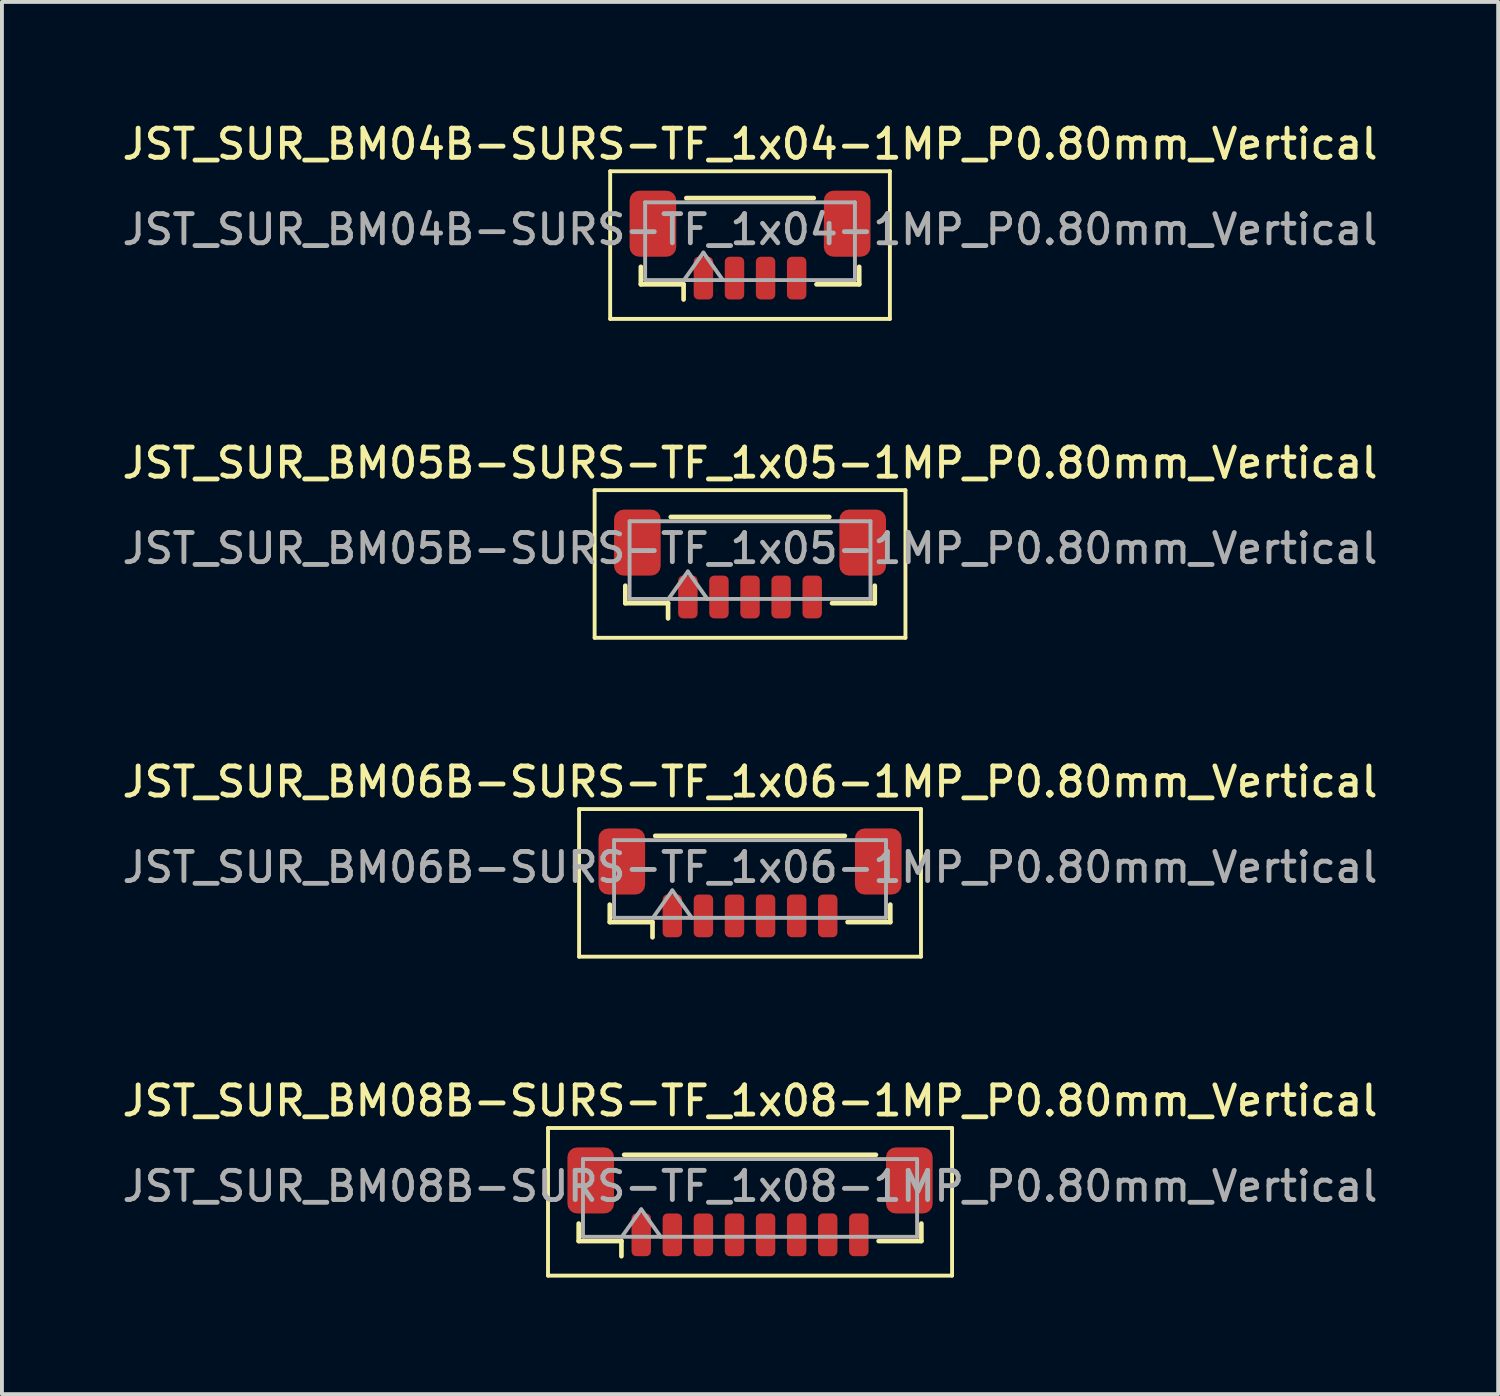
<source format=kicad_pcb>
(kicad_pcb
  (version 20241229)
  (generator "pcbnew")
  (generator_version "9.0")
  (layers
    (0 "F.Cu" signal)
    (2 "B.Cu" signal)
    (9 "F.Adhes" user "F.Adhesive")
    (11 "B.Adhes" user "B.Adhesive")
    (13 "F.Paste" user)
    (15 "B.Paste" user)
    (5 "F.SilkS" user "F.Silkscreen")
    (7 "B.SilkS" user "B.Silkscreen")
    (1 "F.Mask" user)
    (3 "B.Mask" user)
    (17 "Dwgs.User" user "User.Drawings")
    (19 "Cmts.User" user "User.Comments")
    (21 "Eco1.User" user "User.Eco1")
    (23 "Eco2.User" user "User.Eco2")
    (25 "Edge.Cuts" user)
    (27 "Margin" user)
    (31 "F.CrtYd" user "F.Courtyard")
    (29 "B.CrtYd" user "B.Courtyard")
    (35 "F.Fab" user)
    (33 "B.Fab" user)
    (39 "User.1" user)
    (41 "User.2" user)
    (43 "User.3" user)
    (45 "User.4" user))
  (footprint "JST_SUR_BM08B-SURS-TF_1x08-1MP_P0.80mm_Vertical"
    (layer "F.Cu")
    (at 16.255 27.883)
    (property "Reference" "JST_SUR_BM08B-SURS-TF_1x08-1MP_P0.80mm_Vertical" (at 0 -2.6 0) (layer "F.SilkS") (effects (font (size 0.75 0.75) (thickness 0.125))))
    (attr smd)
    (fp_line (start -5.2 -1.9) (end -5.2 1.9) (stroke (width 0.1) (type solid)) (layer "F.SilkS"))
    (fp_line (start -5.2 1.9) (end 5.2 1.9) (stroke (width 0.1) (type solid)) (layer "F.SilkS"))
    (fp_line (start -4.41 0.56) (end -4.41 1.01) (stroke (width 0.12) (type solid)) (layer "F.SilkS"))
    (fp_line (start -4.41 1.01) (end -3.31 1.01) (stroke (width 0.12) (type solid)) (layer "F.SilkS"))
    (fp_line (start -3.31 1.01) (end -3.31 1.4) (stroke (width 0.12) (type solid)) (layer "F.SilkS"))
    (fp_line (start -3.24 -1.21) (end 3.24 -1.21) (stroke (width 0.12) (type solid)) (layer "F.SilkS"))
    (fp_line (start 4.41 0.56) (end 4.41 1.01) (stroke (width 0.12) (type solid)) (layer "F.SilkS"))
    (fp_line (start 4.41 1.01) (end 3.31 1.01) (stroke (width 0.12) (type solid)) (layer "F.SilkS"))
    (fp_line (start 5.2 -1.9) (end -5.2 -1.9) (stroke (width 0.1) (type solid)) (layer "F.SilkS"))
    (fp_line (start 5.2 1.9) (end 5.2 -1.9) (stroke (width 0.1) (type solid)) (layer "F.SilkS"))
    (fp_line (start -4.3 -1.1) (end 4.3 -1.1) (stroke (width 0.1) (type solid)) (layer "F.Fab"))
    (fp_line (start -4.3 0.9) (end -4.3 -1.1) (stroke (width 0.1) (type solid)) (layer "F.Fab"))
    (fp_line (start -4.3 0.9) (end 4.3 0.9) (stroke (width 0.1) (type solid)) (layer "F.Fab"))
    (fp_line (start -3.3 0.9) (end -2.8 0.193) (stroke (width 0.1) (type solid)) (layer "F.Fab"))
    (fp_line (start -2.8 0.193) (end -2.3 0.9) (stroke (width 0.1) (type solid)) (layer "F.Fab"))
    (fp_line (start 4.3 0.9) (end 4.3 -1.1) (stroke (width 0.1) (type solid)) (layer "F.Fab"))
    (fp_text user "${REFERENCE}" (at 0 -0.4 0) (layer "F.Fab") (effects (font (size 0.75 0.75) (thickness 0.125))))
    (pad "1" smd roundrect (at -2.8 0.85) (size 0.5 1.1) (layers "F.Cu" "F.Mask" "F.Paste") (roundrect_rratio 0.25))
    (pad "2" smd roundrect (at -2 0.85) (size 0.5 1.1) (layers "F.Cu" "F.Mask" "F.Paste") (roundrect_rratio 0.25))
    (pad "3" smd roundrect (at -1.2 0.85) (size 0.5 1.1) (layers "F.Cu" "F.Mask" "F.Paste") (roundrect_rratio 0.25))
    (pad "4" smd roundrect (at -0.4 0.85) (size 0.5 1.1) (layers "F.Cu" "F.Mask" "F.Paste") (roundrect_rratio 0.25))
    (pad "5" smd roundrect (at 0.4 0.85) (size 0.5 1.1) (layers "F.Cu" "F.Mask" "F.Paste") (roundrect_rratio 0.25))
    (pad "6" smd roundrect (at 1.2 0.85) (size 0.5 1.1) (layers "F.Cu" "F.Mask" "F.Paste") (roundrect_rratio 0.25))
    (pad "7" smd roundrect (at 2 0.85) (size 0.5 1.1) (layers "F.Cu" "F.Mask" "F.Paste") (roundrect_rratio 0.25))
    (pad "8" smd roundrect (at 2.8 0.85) (size 0.5 1.1) (layers "F.Cu" "F.Mask" "F.Paste") (roundrect_rratio 0.25))
    (pad "MP" smd roundrect (at -4.1 -0.55) (size 1.2 1.7) (layers "F.Cu" "F.Mask" "F.Paste") (roundrect_rratio 0.208))
    (pad "MP" smd roundrect (at 4.1 -0.55) (size 1.2 1.7) (layers "F.Cu" "F.Mask" "F.Paste") (roundrect_rratio 0.208)))
  (footprint "JST_SUR_BM06B-SURS-TF_1x06-1MP_P0.80mm_Vertical"
    (layer "F.Cu")
    (at 16.255 19.674)
    (property "Reference" "JST_SUR_BM06B-SURS-TF_1x06-1MP_P0.80mm_Vertical" (at 0 -2.6 0) (layer "F.SilkS") (effects (font (size 0.75 0.75) (thickness 0.125))))
    (attr smd)
    (fp_line (start -4.4 -1.9) (end -4.4 1.9) (stroke (width 0.1) (type solid)) (layer "F.SilkS"))
    (fp_line (start -4.4 1.9) (end 4.4 1.9) (stroke (width 0.1) (type solid)) (layer "F.SilkS"))
    (fp_line (start -3.61 0.56) (end -3.61 1.01) (stroke (width 0.12) (type solid)) (layer "F.SilkS"))
    (fp_line (start -3.61 1.01) (end -2.51 1.01) (stroke (width 0.12) (type solid)) (layer "F.SilkS"))
    (fp_line (start -2.51 1.01) (end -2.51 1.4) (stroke (width 0.12) (type solid)) (layer "F.SilkS"))
    (fp_line (start -2.44 -1.21) (end 2.44 -1.21) (stroke (width 0.12) (type solid)) (layer "F.SilkS"))
    (fp_line (start 3.61 0.56) (end 3.61 1.01) (stroke (width 0.12) (type solid)) (layer "F.SilkS"))
    (fp_line (start 3.61 1.01) (end 2.51 1.01) (stroke (width 0.12) (type solid)) (layer "F.SilkS"))
    (fp_line (start 4.4 -1.9) (end -4.4 -1.9) (stroke (width 0.1) (type solid)) (layer "F.SilkS"))
    (fp_line (start 4.4 1.9) (end 4.4 -1.9) (stroke (width 0.1) (type solid)) (layer "F.SilkS"))
    (fp_line (start -3.5 -1.1) (end 3.5 -1.1) (stroke (width 0.1) (type solid)) (layer "F.Fab"))
    (fp_line (start -3.5 0.9) (end -3.5 -1.1) (stroke (width 0.1) (type solid)) (layer "F.Fab"))
    (fp_line (start -3.5 0.9) (end 3.5 0.9) (stroke (width 0.1) (type solid)) (layer "F.Fab"))
    (fp_line (start -2.5 0.9) (end -2 0.193) (stroke (width 0.1) (type solid)) (layer "F.Fab"))
    (fp_line (start -2 0.193) (end -1.5 0.9) (stroke (width 0.1) (type solid)) (layer "F.Fab"))
    (fp_line (start 3.5 0.9) (end 3.5 -1.1) (stroke (width 0.1) (type solid)) (layer "F.Fab"))
    (fp_text user "${REFERENCE}" (at 0 -0.4 0) (layer "F.Fab") (effects (font (size 0.75 0.75) (thickness 0.125))))
    (pad "1" smd roundrect (at -2 0.85) (size 0.5 1.1) (layers "F.Cu" "F.Mask" "F.Paste") (roundrect_rratio 0.25))
    (pad "2" smd roundrect (at -1.2 0.85) (size 0.5 1.1) (layers "F.Cu" "F.Mask" "F.Paste") (roundrect_rratio 0.25))
    (pad "3" smd roundrect (at -0.4 0.85) (size 0.5 1.1) (layers "F.Cu" "F.Mask" "F.Paste") (roundrect_rratio 0.25))
    (pad "4" smd roundrect (at 0.4 0.85) (size 0.5 1.1) (layers "F.Cu" "F.Mask" "F.Paste") (roundrect_rratio 0.25))
    (pad "5" smd roundrect (at 1.2 0.85) (size 0.5 1.1) (layers "F.Cu" "F.Mask" "F.Paste") (roundrect_rratio 0.25))
    (pad "6" smd roundrect (at 2 0.85) (size 0.5 1.1) (layers "F.Cu" "F.Mask" "F.Paste") (roundrect_rratio 0.25))
    (pad "MP" smd roundrect (at -3.3 -0.55) (size 1.2 1.7) (layers "F.Cu" "F.Mask" "F.Paste") (roundrect_rratio 0.208))
    (pad "MP" smd roundrect (at 3.3 -0.55) (size 1.2 1.7) (layers "F.Cu" "F.Mask" "F.Paste") (roundrect_rratio 0.208)))
  (footprint "JST_SUR_BM05B-SURS-TF_1x05-1MP_P0.80mm_Vertical"
    (layer "F.Cu")
    (at 16.255 11.466)
    (property "Reference" "JST_SUR_BM05B-SURS-TF_1x05-1MP_P0.80mm_Vertical" (at 0 -2.6 0) (layer "F.SilkS") (effects (font (size 0.75 0.75) (thickness 0.125))))
    (attr smd)
    (fp_line (start -4 -1.9) (end -4 1.9) (stroke (width 0.1) (type solid)) (layer "F.SilkS"))
    (fp_line (start -4 1.9) (end 4 1.9) (stroke (width 0.1) (type solid)) (layer "F.SilkS"))
    (fp_line (start -3.21 0.56) (end -3.21 1.01) (stroke (width 0.12) (type solid)) (layer "F.SilkS"))
    (fp_line (start -3.21 1.01) (end -2.11 1.01) (stroke (width 0.12) (type solid)) (layer "F.SilkS"))
    (fp_line (start -2.11 1.01) (end -2.11 1.4) (stroke (width 0.12) (type solid)) (layer "F.SilkS"))
    (fp_line (start -2.04 -1.21) (end 2.04 -1.21) (stroke (width 0.12) (type solid)) (layer "F.SilkS"))
    (fp_line (start 3.21 0.56) (end 3.21 1.01) (stroke (width 0.12) (type solid)) (layer "F.SilkS"))
    (fp_line (start 3.21 1.01) (end 2.11 1.01) (stroke (width 0.12) (type solid)) (layer "F.SilkS"))
    (fp_line (start 4 -1.9) (end -4 -1.9) (stroke (width 0.1) (type solid)) (layer "F.SilkS"))
    (fp_line (start 4 1.9) (end 4 -1.9) (stroke (width 0.1) (type solid)) (layer "F.SilkS"))
    (fp_line (start -3.1 -1.1) (end 3.1 -1.1) (stroke (width 0.1) (type solid)) (layer "F.Fab"))
    (fp_line (start -3.1 0.9) (end -3.1 -1.1) (stroke (width 0.1) (type solid)) (layer "F.Fab"))
    (fp_line (start -3.1 0.9) (end 3.1 0.9) (stroke (width 0.1) (type solid)) (layer "F.Fab"))
    (fp_line (start -2.1 0.9) (end -1.6 0.193) (stroke (width 0.1) (type solid)) (layer "F.Fab"))
    (fp_line (start -1.6 0.193) (end -1.1 0.9) (stroke (width 0.1) (type solid)) (layer "F.Fab"))
    (fp_line (start 3.1 0.9) (end 3.1 -1.1) (stroke (width 0.1) (type solid)) (layer "F.Fab"))
    (fp_text user "${REFERENCE}" (at 0 -0.4 0) (layer "F.Fab") (effects (font (size 0.75 0.75) (thickness 0.125))))
    (pad "1" smd roundrect (at -1.6 0.85) (size 0.5 1.1) (layers "F.Cu" "F.Mask" "F.Paste") (roundrect_rratio 0.25))
    (pad "2" smd roundrect (at -0.8 0.85) (size 0.5 1.1) (layers "F.Cu" "F.Mask" "F.Paste") (roundrect_rratio 0.25))
    (pad "3" smd roundrect (at 0 0.85) (size 0.5 1.1) (layers "F.Cu" "F.Mask" "F.Paste") (roundrect_rratio 0.25))
    (pad "4" smd roundrect (at 0.8 0.85) (size 0.5 1.1) (layers "F.Cu" "F.Mask" "F.Paste") (roundrect_rratio 0.25))
    (pad "5" smd roundrect (at 1.6 0.85) (size 0.5 1.1) (layers "F.Cu" "F.Mask" "F.Paste") (roundrect_rratio 0.25))
    (pad "MP" smd roundrect (at -2.9 -0.55) (size 1.2 1.7) (layers "F.Cu" "F.Mask" "F.Paste") (roundrect_rratio 0.208))
    (pad "MP" smd roundrect (at 2.9 -0.55) (size 1.2 1.7) (layers "F.Cu" "F.Mask" "F.Paste") (roundrect_rratio 0.208)))
  (footprint "JST_SUR_BM04B-SURS-TF_1x04-1MP_P0.80mm_Vertical"
    (layer "F.Cu")
    (at 16.255 3.258)
    (property "Reference" "JST_SUR_BM04B-SURS-TF_1x04-1MP_P0.80mm_Vertical" (at 0 -2.6 0) (layer "F.SilkS") (effects (font (size 0.75 0.75) (thickness 0.125))))
    (attr smd)
    (fp_line (start -3.6 -1.9) (end -3.6 1.9) (stroke (width 0.1) (type solid)) (layer "F.SilkS"))
    (fp_line (start -3.6 1.9) (end 3.6 1.9) (stroke (width 0.1) (type solid)) (layer "F.SilkS"))
    (fp_line (start -2.81 0.56) (end -2.81 1.01) (stroke (width 0.12) (type solid)) (layer "F.SilkS"))
    (fp_line (start -2.81 1.01) (end -1.71 1.01) (stroke (width 0.12) (type solid)) (layer "F.SilkS"))
    (fp_line (start -1.71 1.01) (end -1.71 1.4) (stroke (width 0.12) (type solid)) (layer "F.SilkS"))
    (fp_line (start -1.64 -1.21) (end 1.64 -1.21) (stroke (width 0.12) (type solid)) (layer "F.SilkS"))
    (fp_line (start 2.81 0.56) (end 2.81 1.01) (stroke (width 0.12) (type solid)) (layer "F.SilkS"))
    (fp_line (start 2.81 1.01) (end 1.71 1.01) (stroke (width 0.12) (type solid)) (layer "F.SilkS"))
    (fp_line (start 3.6 -1.9) (end -3.6 -1.9) (stroke (width 0.1) (type solid)) (layer "F.SilkS"))
    (fp_line (start 3.6 1.9) (end 3.6 -1.9) (stroke (width 0.1) (type solid)) (layer "F.SilkS"))
    (fp_line (start -2.7 -1.1) (end 2.7 -1.1) (stroke (width 0.1) (type solid)) (layer "F.Fab"))
    (fp_line (start -2.7 0.9) (end -2.7 -1.1) (stroke (width 0.1) (type solid)) (layer "F.Fab"))
    (fp_line (start -2.7 0.9) (end 2.7 0.9) (stroke (width 0.1) (type solid)) (layer "F.Fab"))
    (fp_line (start -1.7 0.9) (end -1.2 0.193) (stroke (width 0.1) (type solid)) (layer "F.Fab"))
    (fp_line (start -1.2 0.193) (end -0.7 0.9) (stroke (width 0.1) (type solid)) (layer "F.Fab"))
    (fp_line (start 2.7 0.9) (end 2.7 -1.1) (stroke (width 0.1) (type solid)) (layer "F.Fab"))
    (fp_text user "${REFERENCE}" (at 0 -0.4 0) (layer "F.Fab") (effects (font (size 0.75 0.75) (thickness 0.125))))
    (pad "1" smd roundrect (at -1.2 0.85) (size 0.5 1.1) (layers "F.Cu" "F.Mask" "F.Paste") (roundrect_rratio 0.25))
    (pad "2" smd roundrect (at -0.4 0.85) (size 0.5 1.1) (layers "F.Cu" "F.Mask" "F.Paste") (roundrect_rratio 0.25))
    (pad "3" smd roundrect (at 0.4 0.85) (size 0.5 1.1) (layers "F.Cu" "F.Mask" "F.Paste") (roundrect_rratio 0.25))
    (pad "4" smd roundrect (at 1.2 0.85) (size 0.5 1.1) (layers "F.Cu" "F.Mask" "F.Paste") (roundrect_rratio 0.25))
    (pad "MP" smd roundrect (at -2.5 -0.55) (size 1.2 1.7) (layers "F.Cu" "F.Mask" "F.Paste") (roundrect_rratio 0.208))
    (pad "MP" smd roundrect (at 2.5 -0.55) (size 1.2 1.7) (layers "F.Cu" "F.Mask" "F.Paste") (roundrect_rratio 0.208)))
  (gr_rect
    (start -3 -3)
    (end 35.511 32.833)
    (stroke (width 0.1) (type default))
    (fill no)
    (layer "Edge.Cuts")))
</source>
